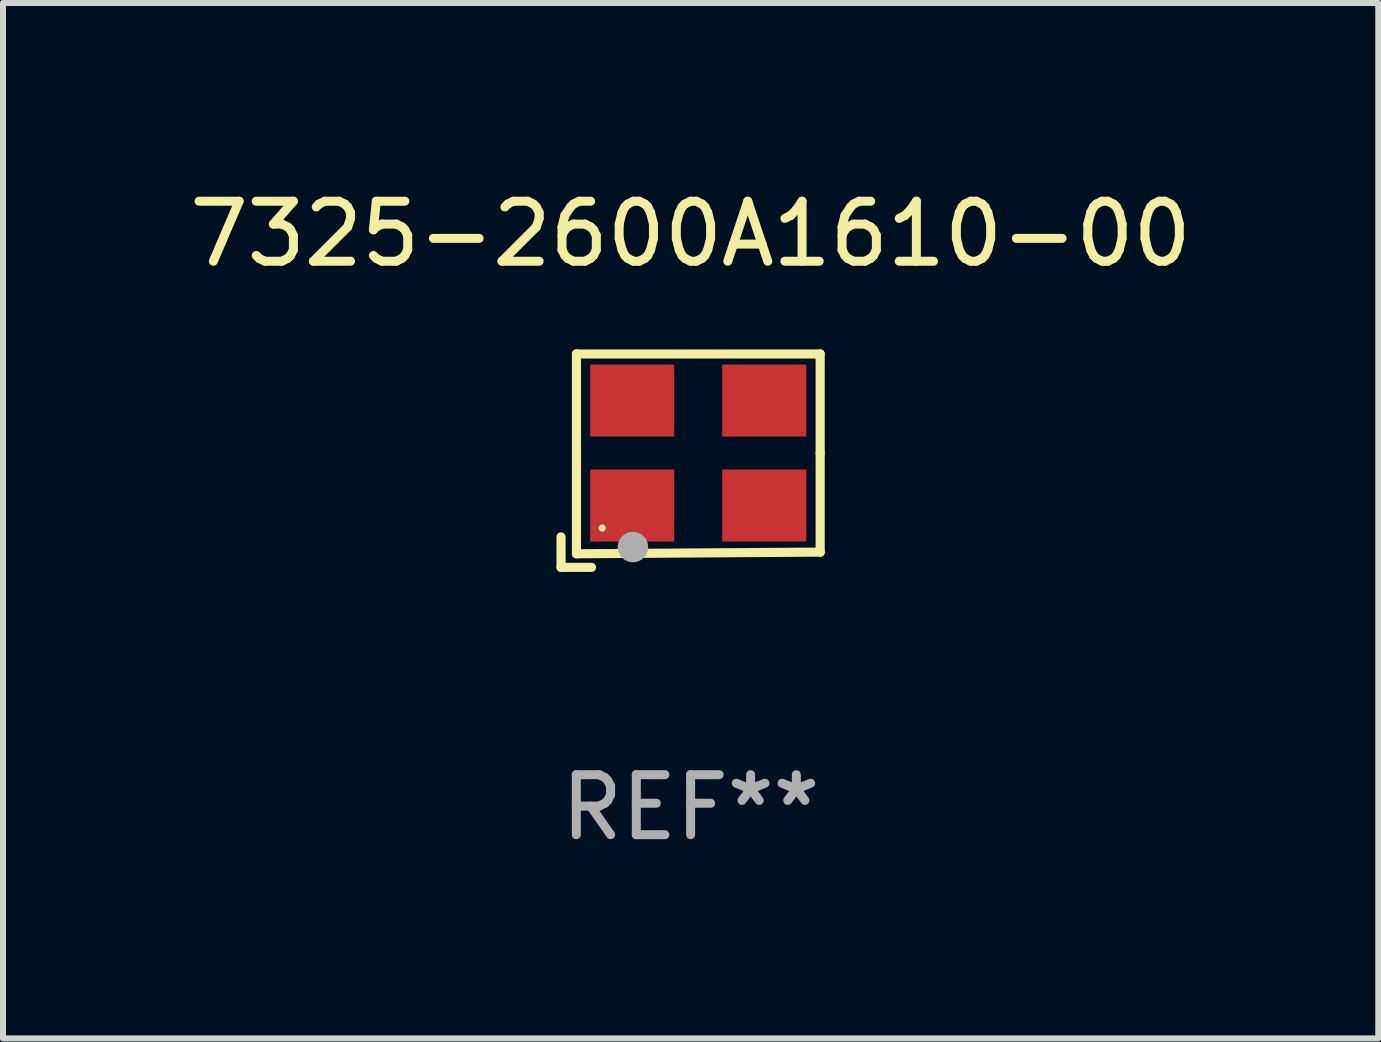
<source format=kicad_pcb>
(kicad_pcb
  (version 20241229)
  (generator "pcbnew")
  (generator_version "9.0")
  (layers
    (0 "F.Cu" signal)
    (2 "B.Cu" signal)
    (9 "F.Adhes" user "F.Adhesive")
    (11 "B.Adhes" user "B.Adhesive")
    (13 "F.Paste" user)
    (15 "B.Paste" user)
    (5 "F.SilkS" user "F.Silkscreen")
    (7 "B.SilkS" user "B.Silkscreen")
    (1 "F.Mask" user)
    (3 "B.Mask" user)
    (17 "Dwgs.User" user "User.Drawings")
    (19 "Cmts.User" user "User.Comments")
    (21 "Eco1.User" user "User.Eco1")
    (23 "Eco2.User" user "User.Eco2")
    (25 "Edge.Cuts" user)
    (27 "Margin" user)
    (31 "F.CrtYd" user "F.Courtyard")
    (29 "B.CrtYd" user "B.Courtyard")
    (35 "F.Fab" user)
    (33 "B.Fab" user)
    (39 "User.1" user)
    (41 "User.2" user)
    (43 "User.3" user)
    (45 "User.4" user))
  (footprint "7325-2600A1610-00"
    (layer "F.Cu")
    (at 8.458 4.626)
    (property "Reference" "7325-2600A1610-00" (at 0 -3.778 0) (layer "F.SilkS") (effects (font (size 1 1) (thickness 0.15))))
    (attr through_hole)
    (fp_line (start -2.159 1.27) (end -2.159 1.778) (stroke (width 0.152) (type solid)) (layer "F.SilkS"))
    (fp_line (start -2.159 1.778) (end -1.651 1.778) (stroke (width 0.152) (type solid)) (layer "F.SilkS"))
    (fp_line (start -1.902 -1.778) (end 2.159 -1.778) (stroke (width 0.152) (type solid)) (layer "F.SilkS"))
    (fp_line (start -1.902 1.552) (end -1.902 -1.778) (stroke (width 0.152) (type solid)) (layer "F.SilkS"))
    (fp_line (start 2.159 -1.778) (end 2.159 -0.127) (stroke (width 0.152) (type solid)) (layer "F.SilkS"))
    (fp_line (start 2.159 -0.127) (end 2.159 1.524) (stroke (width 0.152) (type solid)) (layer "F.SilkS"))
    (fp_line (start 2.159 1.524) (end -1.902 1.552) (stroke (width 0.152) (type solid)) (layer "F.SilkS"))
    (fp_line (start 2.159 1.524) (end 2.159 1.524) (stroke (width 0.152) (type solid)) (layer "F.SilkS"))
    (fp_circle (center -1.473 1.123) (end -1.443 1.123) (stroke (width 0.06) (type solid)) (fill no) (layer "F.SilkS"))
    (fp_circle (center -0.961 1.44) (end -0.834 1.44) (stroke (width 0.254) (type solid)) (fill no) (layer "F.Fab"))
    (fp_text user "REF**" (at 0 5.778 0) (layer "F.Fab") (effects (font (size 1 1) (thickness 0.15))))
    (pad "1" smd rect (at -0.973 0.748) (size 1.4 1.2) (layers "F.Cu" "F.Mask" "F.Paste"))
    (pad "2" smd rect (at 1.227 0.748) (size 1.4 1.2) (layers "F.Cu" "F.Mask" "F.Paste"))
    (pad "3" smd rect (at 1.227 -1.002) (size 1.4 1.2) (layers "F.Cu" "F.Mask" "F.Paste"))
    (pad "4" smd rect (at -0.973 -1.002) (size 1.4 1.2) (layers "F.Cu" "F.Mask" "F.Paste")))
  (gr_rect
    (start -3 -3)
    (end 19.917 14.253)
    (stroke (width 0.1) (type default))
    (fill no)
    (layer "Edge.Cuts")))
</source>
